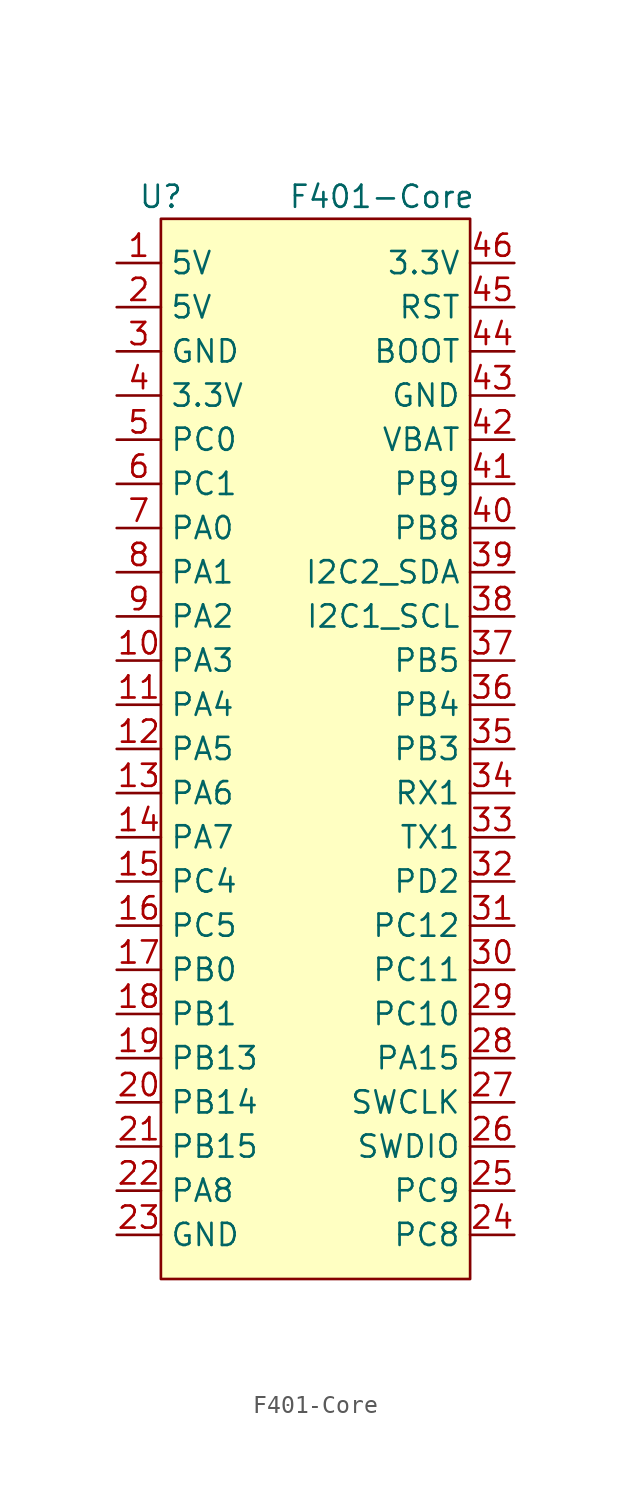
<source format=kicad_sym>
(kicad_symbol_lib
  (version 20220914)
  (generator kicad_symbol_editor)
  (symbol "F401-Core"
    (property "Reference" "U"
      (at 0 1.27 0)
      (effects (font (size 1.27 1.27))))
    (property "Value" "F401-Core"
      (at 12.7 1.27 0)
      (effects (font (size 1.27 1.27))))
    (symbol "F401-Core_0_1"
      (rectangle (start 0 0) (end 17.78 -60.96) (stroke (width 0) (type default)) (fill (type background))))
    (symbol "F401-Core_1_1"
      (pin power_in line (at -2.54 -2.54 0) (length 2.54) (name "5V" (effects (font (size 1.27 1.27)))) (number "1" (effects (font (size 1.27 1.27)))))
      (pin bidirectional line (at -2.54 -25.4 0) (length 2.54) (name "PA3" (effects (font (size 1.27 1.27)))) (number "10" (effects (font (size 1.27 1.27)))))
      (pin bidirectional line (at -2.54 -27.94 0) (length 2.54) (name "PA4" (effects (font (size 1.27 1.27)))) (number "11" (effects (font (size 1.27 1.27)))))
      (pin bidirectional line (at -2.54 -30.48 0) (length 2.54) (name "PA5" (effects (font (size 1.27 1.27)))) (number "12" (effects (font (size 1.27 1.27)))))
      (pin bidirectional line (at -2.54 -33.02 0) (length 2.54) (name "PA6" (effects (font (size 1.27 1.27)))) (number "13" (effects (font (size 1.27 1.27)))))
      (pin bidirectional line (at -2.54 -35.56 0) (length 2.54) (name "PA7" (effects (font (size 1.27 1.27)))) (number "14" (effects (font (size 1.27 1.27)))))
      (pin bidirectional line (at -2.54 -38.1 0) (length 2.54) (name "PC4" (effects (font (size 1.27 1.27)))) (number "15" (effects (font (size 1.27 1.27)))))
      (pin bidirectional line (at -2.54 -40.64 0) (length 2.54) (name "PC5" (effects (font (size 1.27 1.27)))) (number "16" (effects (font (size 1.27 1.27)))))
      (pin bidirectional line (at -2.54 -43.18 0) (length 2.54) (name "PB0" (effects (font (size 1.27 1.27)))) (number "17" (effects (font (size 1.27 1.27)))))
      (pin bidirectional line (at -2.54 -45.72 0) (length 2.54) (name "PB1" (effects (font (size 1.27 1.27)))) (number "18" (effects (font (size 1.27 1.27)))))
      (pin bidirectional line (at -2.54 -48.26 0) (length 2.54) (name "PB13" (effects (font (size 1.27 1.27)))) (number "19" (effects (font (size 1.27 1.27)))))
      (pin power_in line (at -2.54 -5.08 0) (length 2.54) (name "5V" (effects (font (size 1.27 1.27)))) (number "2" (effects (font (size 1.27 1.27)))))
      (pin bidirectional line (at -2.54 -50.8 0) (length 2.54) (name "PB14" (effects (font (size 1.27 1.27)))) (number "20" (effects (font (size 1.27 1.27)))))
      (pin bidirectional line (at -2.54 -53.34 0) (length 2.54) (name "PB15" (effects (font (size 1.27 1.27)))) (number "21" (effects (font (size 1.27 1.27)))))
      (pin bidirectional line (at -2.54 -55.88 0) (length 2.54) (name "PA8" (effects (font (size 1.27 1.27)))) (number "22" (effects (font (size 1.27 1.27)))))
      (pin power_in line (at -2.54 -58.42 0) (length 2.54) (name "GND" (effects (font (size 1.27 1.27)))) (number "23" (effects (font (size 1.27 1.27)))))
      (pin bidirectional line (at 20.32 -58.42 180) (length 2.54) (name "PC8" (effects (font (size 1.27 1.27)))) (number "24" (effects (font (size 1.27 1.27)))))
      (pin bidirectional line (at 20.32 -55.88 180) (length 2.54) (name "PC9" (effects (font (size 1.27 1.27)))) (number "25" (effects (font (size 1.27 1.27)))))
      (pin bidirectional line (at 20.32 -53.34 180) (length 2.54) (name "SWDIO" (effects (font (size 1.27 1.27)))) (number "26" (effects (font (size 1.27 1.27)))))
      (pin bidirectional line (at 20.32 -50.8 180) (length 2.54) (name "SWCLK" (effects (font (size 1.27 1.27)))) (number "27" (effects (font (size 1.27 1.27)))))
      (pin bidirectional line (at 20.32 -48.26 180) (length 2.54) (name "PA15" (effects (font (size 1.27 1.27)))) (number "28" (effects (font (size 1.27 1.27)))))
      (pin bidirectional line (at 20.32 -45.72 180) (length 2.54) (name "PC10" (effects (font (size 1.27 1.27)))) (number "29" (effects (font (size 1.27 1.27)))))
      (pin power_in line (at -2.54 -7.62 0) (length 2.54) (name "GND" (effects (font (size 1.27 1.27)))) (number "3" (effects (font (size 1.27 1.27)))))
      (pin bidirectional line (at 20.32 -43.18 180) (length 2.54) (name "PC11" (effects (font (size 1.27 1.27)))) (number "30" (effects (font (size 1.27 1.27)))))
      (pin bidirectional line (at 20.32 -40.64 180) (length 2.54) (name "PC12" (effects (font (size 1.27 1.27)))) (number "31" (effects (font (size 1.27 1.27)))))
      (pin bidirectional line (at 20.32 -38.1 180) (length 2.54) (name "PD2" (effects (font (size 1.27 1.27)))) (number "32" (effects (font (size 1.27 1.27)))))
      (pin bidirectional line (at 20.32 -35.56 180) (length 2.54) (name "TX1" (effects (font (size 1.27 1.27)))) (number "33" (effects (font (size 1.27 1.27)))))
      (pin bidirectional line (at 20.32 -33.02 180) (length 2.54) (name "RX1" (effects (font (size 1.27 1.27)))) (number "34" (effects (font (size 1.27 1.27)))))
      (pin bidirectional line (at 20.32 -30.48 180) (length 2.54) (name "PB3" (effects (font (size 1.27 1.27)))) (number "35" (effects (font (size 1.27 1.27)))))
      (pin bidirectional line (at 20.32 -27.94 180) (length 2.54) (name "PB4" (effects (font (size 1.27 1.27)))) (number "36" (effects (font (size 1.27 1.27)))))
      (pin bidirectional line (at 20.32 -25.4 180) (length 2.54) (name "PB5" (effects (font (size 1.27 1.27)))) (number "37" (effects (font (size 1.27 1.27)))))
      (pin bidirectional line (at 20.32 -22.86 180) (length 2.54) (name "I2C1_SCL" (effects (font (size 1.27 1.27)))) (number "38" (effects (font (size 1.27 1.27)))))
      (pin bidirectional line (at 20.32 -20.32 180) (length 2.54) (name "I2C2_SDA" (effects (font (size 1.27 1.27)))) (number "39" (effects (font (size 1.27 1.27)))))
      (pin bidirectional line (at -2.54 -10.16 0) (length 2.54) (name "3.3V" (effects (font (size 1.27 1.27)))) (number "4" (effects (font (size 1.27 1.27)))))
      (pin bidirectional line (at 20.32 -17.78 180) (length 2.54) (name "PB8" (effects (font (size 1.27 1.27)))) (number "40" (effects (font (size 1.27 1.27)))))
      (pin bidirectional line (at 20.32 -15.24 180) (length 2.54) (name "PB9" (effects (font (size 1.27 1.27)))) (number "41" (effects (font (size 1.27 1.27)))))
      (pin power_in line (at 20.32 -12.7 180) (length 2.54) (name "VBAT" (effects (font (size 1.27 1.27)))) (number "42" (effects (font (size 1.27 1.27)))))
      (pin power_in line (at 20.32 -10.16 180) (length 2.54) (name "GND" (effects (font (size 1.27 1.27)))) (number "43" (effects (font (size 1.27 1.27)))))
      (pin bidirectional line (at 20.32 -7.62 180) (length 2.54) (name "BOOT" (effects (font (size 1.27 1.27)))) (number "44" (effects (font (size 1.27 1.27)))))
      (pin bidirectional line (at 20.32 -5.08 180) (length 2.54) (name "RST" (effects (font (size 1.27 1.27)))) (number "45" (effects (font (size 1.27 1.27)))))
      (pin bidirectional line (at 20.32 -2.54 180) (length 2.54) (name "3.3V" (effects (font (size 1.27 1.27)))) (number "46" (effects (font (size 1.27 1.27)))))
      (pin bidirectional line (at -2.54 -12.7 0) (length 2.54) (name "PC0" (effects (font (size 1.27 1.27)))) (number "5" (effects (font (size 1.27 1.27)))))
      (pin bidirectional line (at -2.54 -15.24 0) (length 2.54) (name "PC1" (effects (font (size 1.27 1.27)))) (number "6" (effects (font (size 1.27 1.27)))))
      (pin bidirectional line (at -2.54 -17.78 0) (length 2.54) (name "PA0" (effects (font (size 1.27 1.27)))) (number "7" (effects (font (size 1.27 1.27)))))
      (pin bidirectional line (at -2.54 -20.32 0) (length 2.54) (name "PA1" (effects (font (size 1.27 1.27)))) (number "8" (effects (font (size 1.27 1.27)))))
      (pin bidirectional line (at -2.54 -22.86 0) (length 2.54) (name "PA2" (effects (font (size 1.27 1.27)))) (number "9" (effects (font (size 1.27 1.27))))))))
</source>
